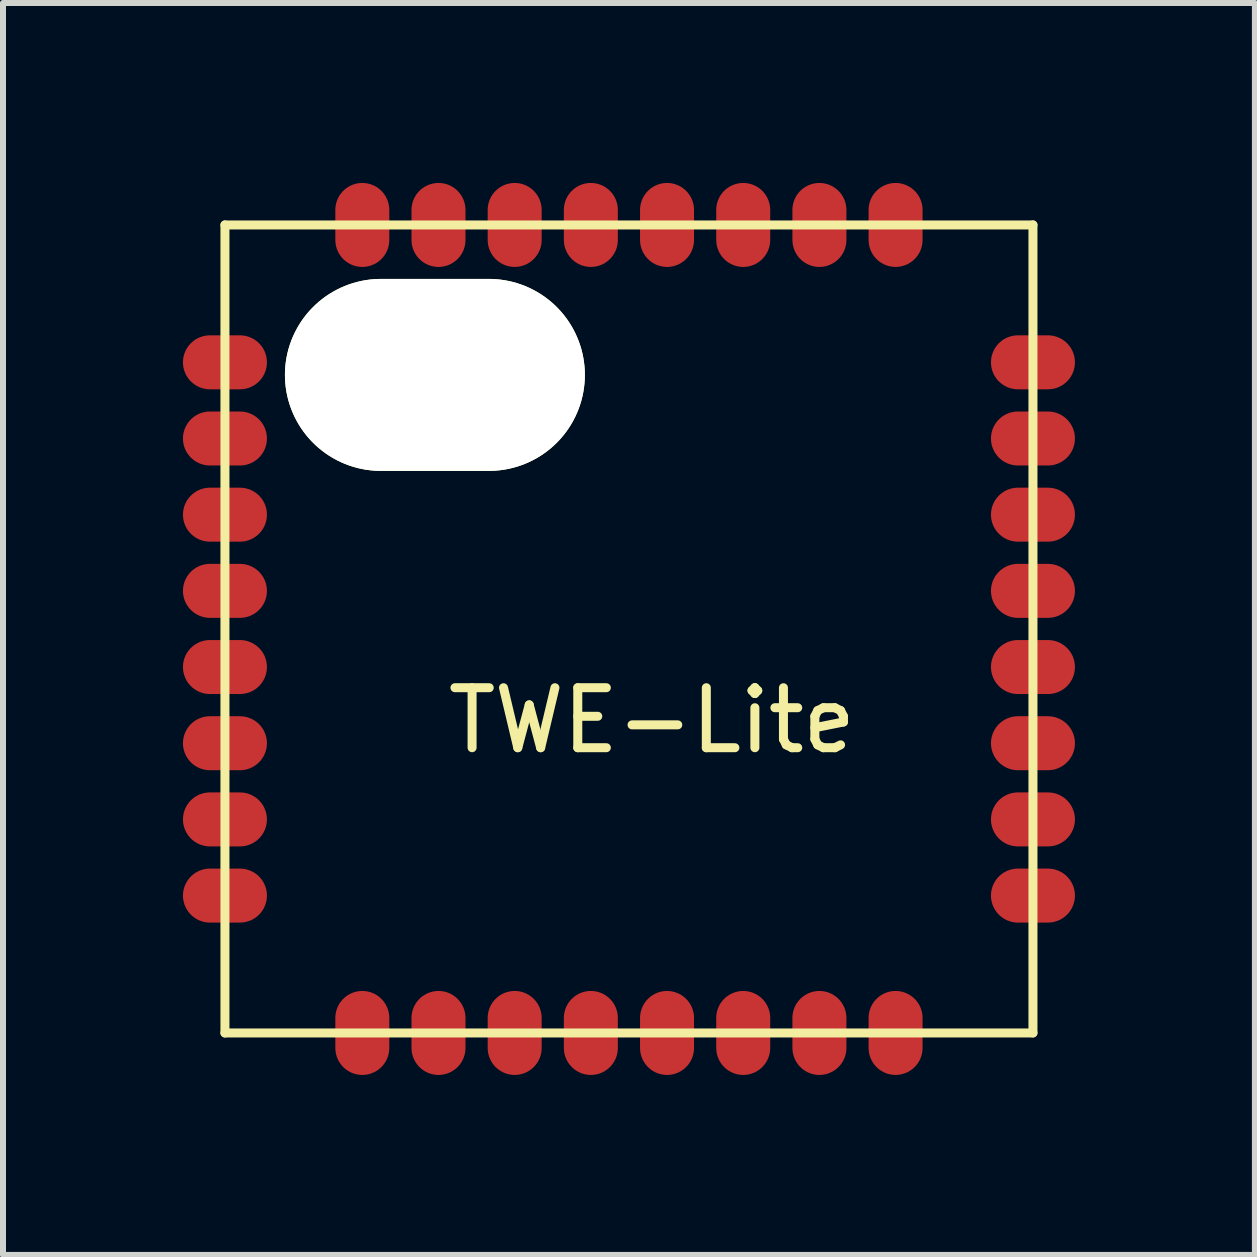
<source format=kicad_pcb>
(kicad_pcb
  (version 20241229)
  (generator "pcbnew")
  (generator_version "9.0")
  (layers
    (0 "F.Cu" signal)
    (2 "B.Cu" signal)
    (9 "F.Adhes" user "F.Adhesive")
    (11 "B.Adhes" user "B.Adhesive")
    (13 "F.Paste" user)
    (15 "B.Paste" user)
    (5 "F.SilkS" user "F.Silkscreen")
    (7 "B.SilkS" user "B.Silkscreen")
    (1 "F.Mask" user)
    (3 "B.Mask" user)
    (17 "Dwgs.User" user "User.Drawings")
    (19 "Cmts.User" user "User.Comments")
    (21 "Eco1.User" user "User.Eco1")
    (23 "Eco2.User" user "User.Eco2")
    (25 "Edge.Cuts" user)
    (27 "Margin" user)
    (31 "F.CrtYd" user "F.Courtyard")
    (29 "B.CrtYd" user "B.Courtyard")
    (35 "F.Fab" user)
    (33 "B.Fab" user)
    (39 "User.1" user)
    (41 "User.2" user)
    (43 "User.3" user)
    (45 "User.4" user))
  (footprint "TWE-Lite"
    (layer "F.Cu")
    (at 0.7 2.99)
    (property "Reference" "TWE-Lite" (at 7.12 5.97 0) (layer "F.SilkS") (effects (font (size 1 1) (thickness 0.15))))
    (attr through_hole)
    (fp_line (start 0 -2.29) (end 13.47 -2.29) (stroke (width 0.15) (type solid)) (layer "F.SilkS"))
    (fp_line (start 0 11.18) (end 0 -2.29) (stroke (width 0.15) (type solid)) (layer "F.SilkS"))
    (fp_line (start 13.47 -2.29) (end 13.47 11.18) (stroke (width 0.15) (type solid)) (layer "F.SilkS"))
    (fp_line (start 13.47 11.18) (end 0 11.18) (stroke (width 0.15) (type solid)) (layer "F.SilkS"))
    (fp_circle (center 2.5 0.21) (end 3.5 0.21) (stroke (width 0.15) (type solid)) (fill no) (layer "F.SilkS"))
    (pad "" np_thru_hole oval (at 3.5 0.21) (size 5 3.2) (drill oval 5 3.2) (layers "*.Cu" "*.Mask" "F.SilkS"))
    (pad "1" smd oval (at 0 0) (size 1.4 0.9) (layers "F.Cu" "F.Mask" "F.Paste"))
    (pad "2" smd oval (at 0 1.27) (size 1.4 0.9) (layers "F.Cu" "F.Mask" "F.Paste"))
    (pad "3" smd oval (at 0 2.54) (size 1.4 0.9) (layers "F.Cu" "F.Mask" "F.Paste"))
    (pad "4" smd oval (at 0 3.81) (size 1.4 0.9) (layers "F.Cu" "F.Mask" "F.Paste"))
    (pad "5" smd oval (at 0 5.08) (size 1.4 0.9) (layers "F.Cu" "F.Mask" "F.Paste"))
    (pad "6" smd oval (at 0 6.35) (size 1.4 0.9) (layers "F.Cu" "F.Mask" "F.Paste"))
    (pad "7" smd oval (at 0 7.62) (size 1.4 0.9) (layers "F.Cu" "F.Mask" "F.Paste"))
    (pad "8" smd oval (at 0 8.89) (size 1.4 0.9) (layers "F.Cu" "F.Mask" "F.Paste"))
    (pad "9" smd oval (at 2.29 11.18) (size 0.9 1.4) (layers "F.Cu" "F.Mask" "F.Paste"))
    (pad "10" smd oval (at 3.56 11.18) (size 0.9 1.4) (layers "F.Cu" "F.Mask" "F.Paste"))
    (pad "11" smd oval (at 4.83 11.18) (size 0.9 1.4) (layers "F.Cu" "F.Mask" "F.Paste"))
    (pad "12" smd oval (at 6.1 11.18) (size 0.9 1.4) (layers "F.Cu" "F.Mask" "F.Paste"))
    (pad "13" smd oval (at 7.37 11.18) (size 0.9 1.4) (layers "F.Cu" "F.Mask" "F.Paste"))
    (pad "14" smd oval (at 8.64 11.18) (size 0.9 1.4) (layers "F.Cu" "F.Mask" "F.Paste"))
    (pad "15" smd oval (at 9.91 11.18) (size 0.9 1.4) (layers "F.Cu" "F.Mask" "F.Paste"))
    (pad "16" smd oval (at 11.18 11.18) (size 0.9 1.4) (layers "F.Cu" "F.Mask" "F.Paste"))
    (pad "17" smd oval (at 13.47 8.89) (size 1.4 0.9) (layers "F.Cu" "F.Mask" "F.Paste"))
    (pad "18" smd oval (at 13.47 7.62) (size 1.4 0.9) (layers "F.Cu" "F.Mask" "F.Paste"))
    (pad "19" smd oval (at 13.47 6.35) (size 1.4 0.9) (layers "F.Cu" "F.Mask" "F.Paste"))
    (pad "20" smd oval (at 13.47 5.08) (size 1.4 0.9) (layers "F.Cu" "F.Mask" "F.Paste"))
    (pad "21" smd oval (at 13.47 3.81) (size 1.4 0.9) (layers "F.Cu" "F.Mask" "F.Paste"))
    (pad "22" smd oval (at 13.47 2.54) (size 1.4 0.9) (layers "F.Cu" "F.Mask" "F.Paste"))
    (pad "23" smd oval (at 13.47 1.27) (size 1.4 0.9) (layers "F.Cu" "F.Mask" "F.Paste"))
    (pad "24" smd oval (at 13.47 0) (size 1.4 0.9) (layers "F.Cu" "F.Mask" "F.Paste"))
    (pad "25" smd oval (at 11.18 -2.29) (size 0.9 1.4) (layers "F.Cu" "F.Mask" "F.Paste"))
    (pad "26" smd oval (at 9.91 -2.29) (size 0.9 1.4) (layers "F.Cu" "F.Mask" "F.Paste"))
    (pad "27" smd oval (at 8.64 -2.29) (size 0.9 1.4) (layers "F.Cu" "F.Mask" "F.Paste"))
    (pad "28" smd oval (at 7.37 -2.29) (size 0.9 1.4) (layers "F.Cu" "F.Mask" "F.Paste"))
    (pad "29" smd oval (at 6.1 -2.29) (size 0.9 1.4) (layers "F.Cu" "F.Mask" "F.Paste"))
    (pad "30" smd oval (at 4.83 -2.29) (size 0.9 1.4) (layers "F.Cu" "F.Mask" "F.Paste"))
    (pad "31" smd oval (at 3.56 -2.29) (size 0.9 1.4) (layers "F.Cu" "F.Mask" "F.Paste"))
    (pad "32" smd oval (at 2.29 -2.29) (size 0.9 1.4) (layers "F.Cu" "F.Mask" "F.Paste")))
  (gr_rect
    (start -3 -3)
    (end 17.87 17.87)
    (stroke (width 0.1) (type default))
    (fill no)
    (layer "Edge.Cuts")))
</source>
